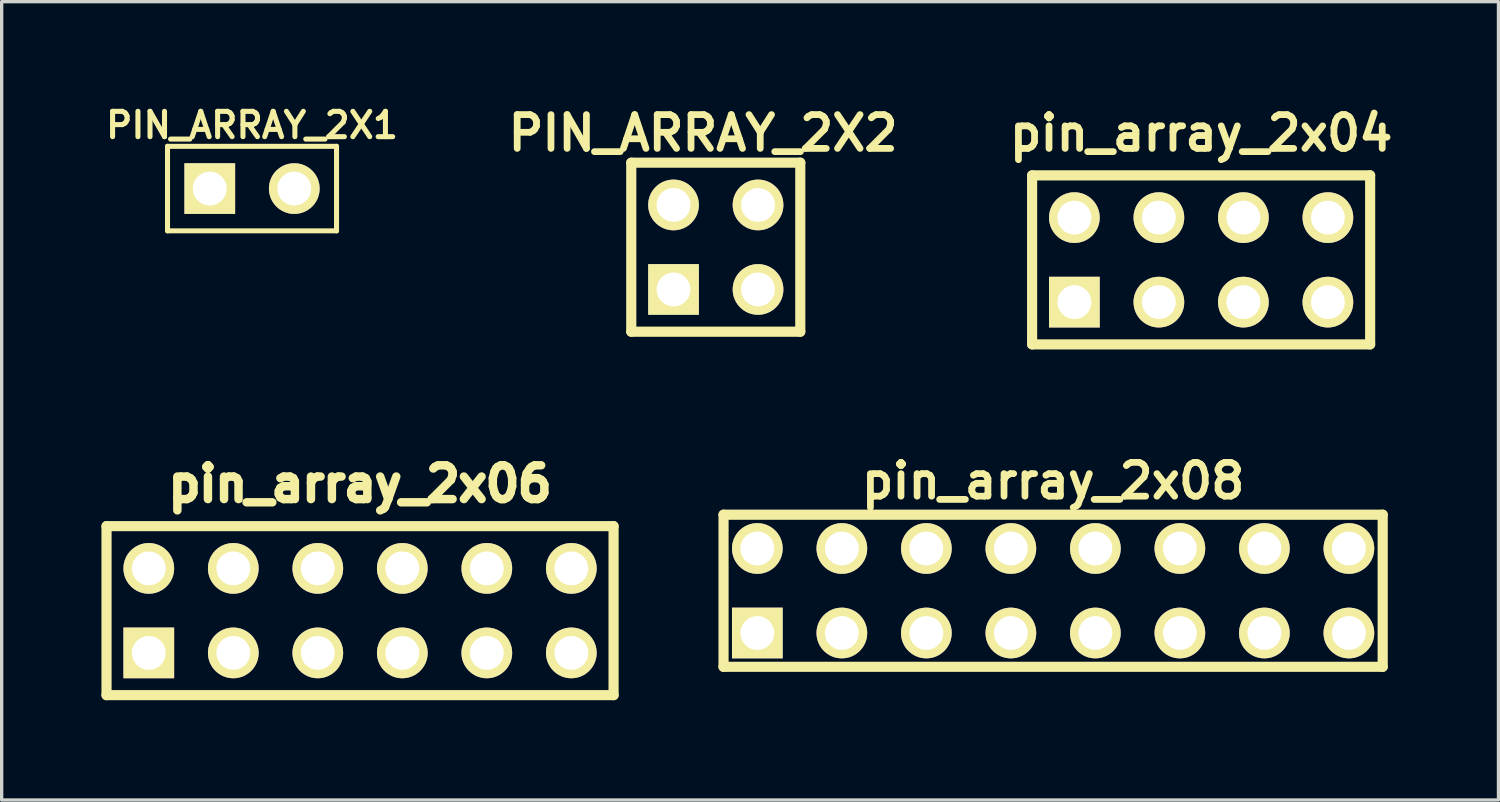
<source format=kicad_pcb>
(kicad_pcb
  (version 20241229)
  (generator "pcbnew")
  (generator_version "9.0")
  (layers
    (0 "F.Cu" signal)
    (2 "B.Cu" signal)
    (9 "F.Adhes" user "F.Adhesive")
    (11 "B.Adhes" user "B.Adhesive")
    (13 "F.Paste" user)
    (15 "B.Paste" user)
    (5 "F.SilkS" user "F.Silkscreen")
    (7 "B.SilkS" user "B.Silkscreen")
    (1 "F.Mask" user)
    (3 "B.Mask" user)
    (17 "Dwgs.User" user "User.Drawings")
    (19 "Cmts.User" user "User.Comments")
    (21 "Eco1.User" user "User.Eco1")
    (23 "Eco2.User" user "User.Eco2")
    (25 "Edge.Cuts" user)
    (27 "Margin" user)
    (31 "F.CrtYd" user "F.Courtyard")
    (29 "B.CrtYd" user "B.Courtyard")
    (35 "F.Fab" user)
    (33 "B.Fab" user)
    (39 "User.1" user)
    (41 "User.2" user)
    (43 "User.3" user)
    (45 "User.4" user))
  (footprint "pin_array_2x06"
    (layer "F.Cu")
    (at 7.772 15.304)
    (property "Reference" "pin_array_2x06" (at 0 -3.81 0) (layer "F.SilkS") (effects (font (size 1.016 1.016) (thickness 0.274))))
    (attr through_hole)
    (fp_line (start -7.62 -2.54) (end 7.62 -2.54) (stroke (width 0.305) (type solid)) (layer "F.SilkS"))
    (fp_line (start -7.62 2.54) (end -7.62 -2.54) (stroke (width 0.305) (type solid)) (layer "F.SilkS"))
    (fp_line (start 7.62 -2.54) (end 7.62 2.54) (stroke (width 0.305) (type solid)) (layer "F.SilkS"))
    (fp_line (start 7.62 2.54) (end -7.62 2.54) (stroke (width 0.305) (type solid)) (layer "F.SilkS"))
    (pad "1" thru_hole rect (at -6.35 1.27) (size 1.524 1.524) (drill 1.016) (layers "*.Cu" "*.Mask" "F.SilkS"))
    (pad "2" thru_hole circle (at -6.35 -1.27) (size 1.524 1.524) (drill 1.016) (layers "*.Cu" "*.Mask" "F.SilkS"))
    (pad "3" thru_hole circle (at -3.81 1.27) (size 1.524 1.524) (drill 1.016) (layers "*.Cu" "*.Mask" "F.SilkS"))
    (pad "4" thru_hole circle (at -3.81 -1.27) (size 1.524 1.524) (drill 1.016) (layers "*.Cu" "*.Mask" "F.SilkS"))
    (pad "5" thru_hole circle (at -1.27 1.27) (size 1.524 1.524) (drill 1.016) (layers "*.Cu" "*.Mask" "F.SilkS"))
    (pad "6" thru_hole circle (at -1.27 -1.27) (size 1.524 1.524) (drill 1.016) (layers "*.Cu" "*.Mask" "F.SilkS"))
    (pad "7" thru_hole circle (at 1.27 1.27) (size 1.524 1.524) (drill 1.016) (layers "*.Cu" "*.Mask" "F.SilkS"))
    (pad "8" thru_hole circle (at 1.27 -1.27) (size 1.524 1.524) (drill 1.016) (layers "*.Cu" "*.Mask" "F.SilkS"))
    (pad "9" thru_hole circle (at 3.81 1.27) (size 1.524 1.524) (drill 1.016) (layers "*.Cu" "*.Mask" "F.SilkS"))
    (pad "10" thru_hole circle (at 3.81 -1.27) (size 1.524 1.524) (drill 1.016) (layers "*.Cu" "*.Mask" "F.SilkS"))
    (pad "11" thru_hole circle (at 6.35 1.27) (size 1.524 1.524) (drill 1.016) (layers "*.Cu" "*.Mask" "F.SilkS"))
    (pad "12" thru_hole circle (at 6.35 -1.27) (size 1.524 1.524) (drill 1.016) (layers "*.Cu" "*.Mask" "F.SilkS")))
  (footprint "PIN_ARRAY_2X1"
    (layer "F.Cu")
    (at 4.525 2.618)
    (property "Reference" "PIN_ARRAY_2X1" (at 0 -1.905 0) (layer "F.SilkS") (effects (font (size 0.762 0.762) (thickness 0.152))))
    (attr through_hole)
    (fp_line (start -2.54 -1.27) (end 2.54 -1.27) (stroke (width 0.152) (type solid)) (layer "F.SilkS"))
    (fp_line (start -2.54 1.27) (end -2.54 -1.27) (stroke (width 0.152) (type solid)) (layer "F.SilkS"))
    (fp_line (start 2.54 -1.27) (end 2.54 1.27) (stroke (width 0.152) (type solid)) (layer "F.SilkS"))
    (fp_line (start 2.54 1.27) (end -2.54 1.27) (stroke (width 0.152) (type solid)) (layer "F.SilkS"))
    (pad "1" thru_hole rect (at -1.27 0) (size 1.524 1.524) (drill 1.016) (layers "*.Cu" "*.Mask" "F.SilkS"))
    (pad "2" thru_hole circle (at 1.27 0) (size 1.524 1.524) (drill 1.016) (layers "*.Cu" "*.Mask" "F.SilkS")))
  (footprint "PIN_ARRAY_2X2"
    (layer "F.Cu")
    (at 18.464 4.38)
    (property "Reference" "PIN_ARRAY_2X2" (at -0.381 -3.429 0) (layer "F.SilkS") (effects (font (size 1.016 1.016) (thickness 0.203))))
    (attr through_hole)
    (fp_line (start -2.54 -2.54) (end 2.54 -2.54) (stroke (width 0.305) (type solid)) (layer "F.SilkS"))
    (fp_line (start -2.54 2.54) (end -2.54 -2.54) (stroke (width 0.305) (type solid)) (layer "F.SilkS"))
    (fp_line (start 2.54 -2.54) (end 2.54 2.54) (stroke (width 0.305) (type solid)) (layer "F.SilkS"))
    (fp_line (start 2.54 2.54) (end -2.54 2.54) (stroke (width 0.305) (type solid)) (layer "F.SilkS"))
    (pad "1" thru_hole rect (at -1.27 1.27) (size 1.524 1.524) (drill 1.016) (layers "*.Cu" "*.Mask" "F.SilkS"))
    (pad "2" thru_hole circle (at -1.27 -1.27) (size 1.524 1.524) (drill 1.016) (layers "*.Cu" "*.Mask" "F.SilkS"))
    (pad "3" thru_hole circle (at 1.27 1.27) (size 1.524 1.524) (drill 1.016) (layers "*.Cu" "*.Mask" "F.SilkS"))
    (pad "4" thru_hole circle (at 1.27 -1.27) (size 1.524 1.524) (drill 1.016) (layers "*.Cu" "*.Mask" "F.SilkS")))
  (footprint "pin_array_2x04"
    (layer "F.Cu")
    (at 33.052 4.761)
    (property "Reference" "pin_array_2x04" (at 0 -3.81 0) (layer "F.SilkS") (effects (font (size 1.016 1.016) (thickness 0.203))))
    (attr through_hole)
    (fp_line (start -5.08 -2.54) (end 5.08 -2.54) (stroke (width 0.305) (type solid)) (layer "F.SilkS"))
    (fp_line (start -5.08 2.54) (end -5.08 -2.54) (stroke (width 0.305) (type solid)) (layer "F.SilkS"))
    (fp_line (start 5.08 -2.54) (end 5.08 2.54) (stroke (width 0.305) (type solid)) (layer "F.SilkS"))
    (fp_line (start 5.08 2.54) (end -5.08 2.54) (stroke (width 0.305) (type solid)) (layer "F.SilkS"))
    (pad "1" thru_hole rect (at -3.81 1.27) (size 1.524 1.524) (drill 1.016) (layers "*.Cu" "*.Mask" "F.SilkS"))
    (pad "2" thru_hole circle (at -3.81 -1.27) (size 1.524 1.524) (drill 1.016) (layers "*.Cu" "*.Mask" "F.SilkS"))
    (pad "3" thru_hole circle (at -1.27 1.27) (size 1.524 1.524) (drill 1.016) (layers "*.Cu" "*.Mask" "F.SilkS"))
    (pad "4" thru_hole circle (at -1.27 -1.27) (size 1.524 1.524) (drill 1.016) (layers "*.Cu" "*.Mask" "F.SilkS"))
    (pad "5" thru_hole circle (at 1.27 1.27) (size 1.524 1.524) (drill 1.016) (layers "*.Cu" "*.Mask" "F.SilkS"))
    (pad "6" thru_hole circle (at 1.27 -1.27) (size 1.524 1.524) (drill 1.016) (layers "*.Cu" "*.Mask" "F.SilkS"))
    (pad "7" thru_hole circle (at 3.81 1.27) (size 1.524 1.524) (drill 1.016) (layers "*.Cu" "*.Mask" "F.SilkS"))
    (pad "8" thru_hole circle (at 3.81 -1.27) (size 1.524 1.524) (drill 1.016) (layers "*.Cu" "*.Mask" "F.SilkS")))
  (footprint "pin_array_2x08"
    (layer "F.Cu")
    (at 28.603 14.706)
    (property "Reference" "pin_array_2x08" (at 0 -3.302 0) (layer "F.SilkS") (effects (font (size 1.016 1.016) (thickness 0.203))))
    (attr through_hole)
    (fp_line (start -9.906 -2.286) (end 9.906 -2.286) (stroke (width 0.305) (type solid)) (layer "F.SilkS"))
    (fp_line (start -9.906 2.286) (end -9.906 -2.286) (stroke (width 0.305) (type solid)) (layer "F.SilkS"))
    (fp_line (start 9.906 -2.286) (end 9.906 2.286) (stroke (width 0.305) (type solid)) (layer "F.SilkS"))
    (fp_line (start 9.906 2.286) (end -9.906 2.286) (stroke (width 0.305) (type solid)) (layer "F.SilkS"))
    (pad "1" thru_hole rect (at -8.89 1.27) (size 1.524 1.524) (drill 1.016) (layers "*.Cu" "*.Mask" "F.SilkS"))
    (pad "2" thru_hole circle (at -8.89 -1.27) (size 1.524 1.524) (drill 1.016) (layers "*.Cu" "*.Mask" "F.SilkS"))
    (pad "3" thru_hole circle (at -6.35 1.27) (size 1.524 1.524) (drill 1.016) (layers "*.Cu" "*.Mask" "F.SilkS"))
    (pad "4" thru_hole circle (at -6.35 -1.27) (size 1.524 1.524) (drill 1.016) (layers "*.Cu" "*.Mask" "F.SilkS"))
    (pad "5" thru_hole circle (at -3.81 1.27) (size 1.524 1.524) (drill 1.016) (layers "*.Cu" "*.Mask" "F.SilkS"))
    (pad "6" thru_hole circle (at -3.81 -1.27) (size 1.524 1.524) (drill 1.016) (layers "*.Cu" "*.Mask" "F.SilkS"))
    (pad "7" thru_hole circle (at -1.27 1.27) (size 1.524 1.524) (drill 1.016) (layers "*.Cu" "*.Mask" "F.SilkS"))
    (pad "8" thru_hole circle (at -1.27 -1.27) (size 1.524 1.524) (drill 1.016) (layers "*.Cu" "*.Mask" "F.SilkS"))
    (pad "9" thru_hole circle (at 1.27 1.27) (size 1.524 1.524) (drill 1.016) (layers "*.Cu" "*.Mask" "F.SilkS"))
    (pad "10" thru_hole circle (at 1.27 -1.27) (size 1.524 1.524) (drill 1.016) (layers "*.Cu" "*.Mask" "F.SilkS"))
    (pad "11" thru_hole circle (at 3.81 1.27) (size 1.524 1.524) (drill 1.016) (layers "*.Cu" "*.Mask" "F.SilkS"))
    (pad "12" thru_hole circle (at 3.81 -1.27) (size 1.524 1.524) (drill 1.016) (layers "*.Cu" "*.Mask" "F.SilkS"))
    (pad "13" thru_hole circle (at 6.35 1.27) (size 1.524 1.524) (drill 1.016) (layers "*.Cu" "*.Mask" "F.SilkS"))
    (pad "14" thru_hole circle (at 6.35 -1.27) (size 1.524 1.524) (drill 1.016) (layers "*.Cu" "*.Mask" "F.SilkS"))
    (pad "15" thru_hole circle (at 8.89 1.27) (size 1.524 1.524) (drill 1.016) (layers "*.Cu" "*.Mask" "F.SilkS"))
    (pad "16" thru_hole circle (at 8.89 -1.27) (size 1.524 1.524) (drill 1.016) (layers "*.Cu" "*.Mask" "F.SilkS")))
  (gr_rect
    (start -3 -3)
    (end 41.989 20.996)
    (stroke (width 0.1) (type default))
    (fill no)
    (layer "Edge.Cuts")))
</source>
